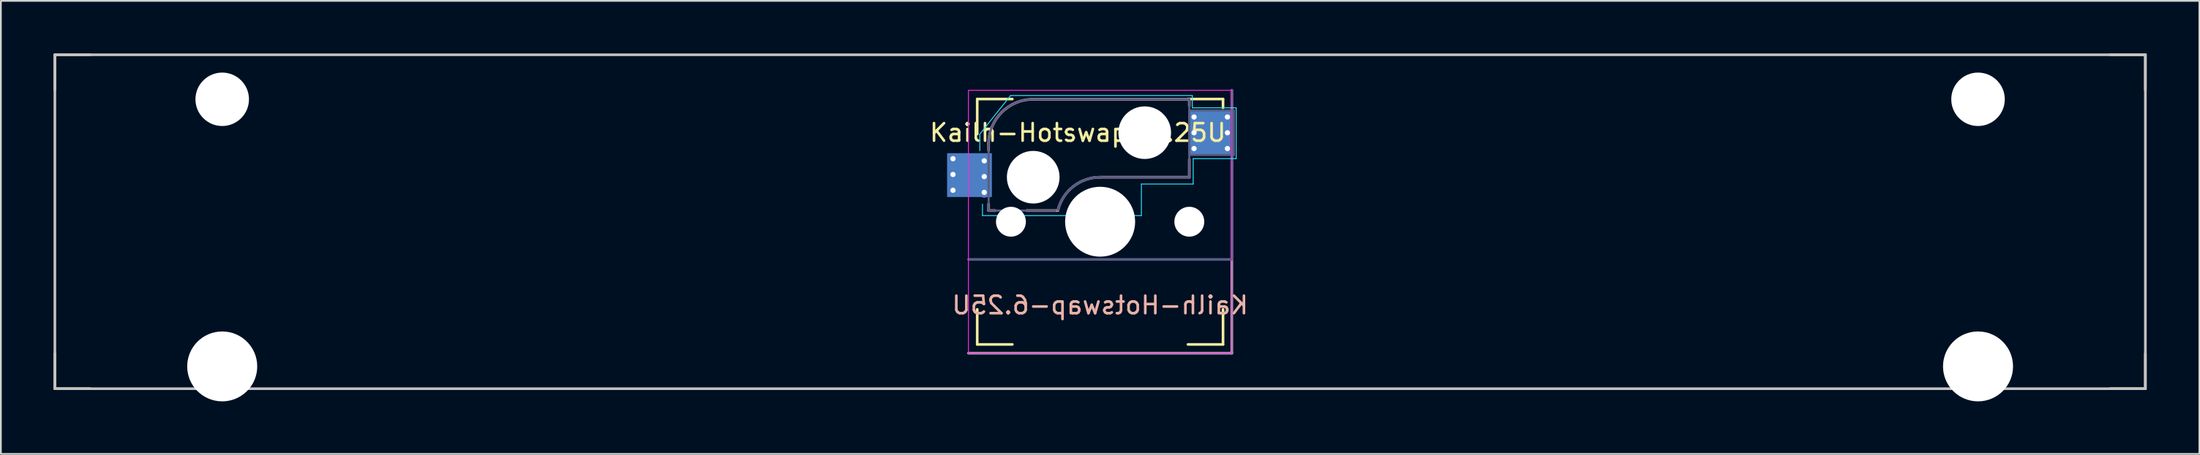
<source format=kicad_pcb>
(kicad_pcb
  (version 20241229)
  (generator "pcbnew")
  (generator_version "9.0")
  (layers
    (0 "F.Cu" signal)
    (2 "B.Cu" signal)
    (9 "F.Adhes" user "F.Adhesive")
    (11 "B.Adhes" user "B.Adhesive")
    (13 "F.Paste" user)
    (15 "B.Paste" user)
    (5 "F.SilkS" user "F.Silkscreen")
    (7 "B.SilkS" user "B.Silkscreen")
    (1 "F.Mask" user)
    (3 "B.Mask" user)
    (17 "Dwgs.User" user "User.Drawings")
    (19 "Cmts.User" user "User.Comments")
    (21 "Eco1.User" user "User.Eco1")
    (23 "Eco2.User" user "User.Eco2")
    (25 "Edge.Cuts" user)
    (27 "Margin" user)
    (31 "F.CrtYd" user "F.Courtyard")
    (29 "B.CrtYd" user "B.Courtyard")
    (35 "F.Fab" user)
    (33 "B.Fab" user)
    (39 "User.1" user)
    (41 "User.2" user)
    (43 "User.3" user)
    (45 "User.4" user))
  (footprint "Kailh-Hotswap-6.25U"
    (layer "F.Cu")
    (at 59.606 9.6)
    (property "Reference" "Kailh-Hotswap-6.25U" (at 0 4.763 0) (unlocked yes) (layer "B.SilkS") (effects (font (size 1 1) (thickness 0.15)) (justify mirror)))
    (attr smd)
    (fp_line (start -59.531 -9.525) (end -57.531 -9.525) (stroke (width 0.15) (type solid)) (layer "F.SilkS"))
    (fp_line (start -59.531 -7.525) (end -59.531 -9.525) (stroke (width 0.15) (type solid)) (layer "F.SilkS"))
    (fp_line (start -59.531 9.525) (end -59.531 7.525) (stroke (width 0.15) (type solid)) (layer "F.SilkS"))
    (fp_line (start -57.531 9.525) (end -59.531 9.525) (stroke (width 0.15) (type solid)) (layer "F.SilkS"))
    (fp_line (start -7 -7) (end -5 -7) (stroke (width 0.15) (type solid)) (layer "F.SilkS"))
    (fp_line (start -7 -5) (end -7 -7) (stroke (width 0.15) (type solid)) (layer "F.SilkS"))
    (fp_line (start -7 7) (end -7 5) (stroke (width 0.15) (type solid)) (layer "F.SilkS"))
    (fp_line (start -5 7) (end -7 7) (stroke (width 0.15) (type solid)) (layer "F.SilkS"))
    (fp_line (start 5 -7) (end 7 -7) (stroke (width 0.15) (type solid)) (layer "F.SilkS"))
    (fp_line (start 5 7) (end 7 7) (stroke (width 0.15) (type solid)) (layer "F.SilkS"))
    (fp_line (start 7 -7) (end 7 -6.5) (stroke (width 0.15) (type solid)) (layer "F.SilkS"))
    (fp_line (start 7 7) (end 7 5) (stroke (width 0.15) (type solid)) (layer "F.SilkS"))
    (fp_line (start 57.531 -9.525) (end 59.531 -9.525) (stroke (width 0.15) (type solid)) (layer "F.SilkS"))
    (fp_line (start 59.531 -9.525) (end 59.531 -7.525) (stroke (width 0.15) (type solid)) (layer "F.SilkS"))
    (fp_line (start 59.531 7.525) (end 59.531 9.525) (stroke (width 0.15) (type solid)) (layer "F.SilkS"))
    (fp_line (start 59.531 9.525) (end 57.531 9.525) (stroke (width 0.15) (type solid)) (layer "F.SilkS"))
    (fp_line (start -6.35 -4.445) (end -6.35 -4.064) (stroke (width 0.15) (type solid)) (layer "B.SilkS"))
    (fp_line (start -6.35 -1.016) (end -6.35 -0.635) (stroke (width 0.15) (type solid)) (layer "B.SilkS"))
    (fp_line (start -6.35 -0.635) (end -5.969 -0.635) (stroke (width 0.15) (type solid)) (layer "B.SilkS"))
    (fp_line (start -4.191 -0.635) (end -2.4 -0.635) (stroke (width 0.15) (type solid)) (layer "B.SilkS"))
    (fp_line (start 0 -2.54) (end 5.08 -2.54) (stroke (width 0.15) (type solid)) (layer "B.SilkS"))
    (fp_line (start 5.08 -6.985) (end -3.81 -6.985) (stroke (width 0.15) (type solid)) (layer "B.SilkS"))
    (fp_line (start 5.08 -6.604) (end 5.08 -6.985) (stroke (width 0.15) (type solid)) (layer "B.SilkS"))
    (fp_line (start 5.08 -2.54) (end 5.08 -3.556) (stroke (width 0.15) (type solid)) (layer "B.SilkS"))
    (fp_arc (start -6.35 -4.445) (mid -5.606052 -6.241052) (end -3.81 -6.985) (stroke (width 0.15) (type solid)) (layer "B.SilkS"))
    (fp_arc (start -2.399998 -0.666137) (mid -1.521828 -2.016531) (end 0.001565 -2.54) (stroke (width 0.15) (type solid)) (layer "B.SilkS"))
    (fp_line (start -59.531 -9.525) (end 59.531 -9.525) (stroke (width 0.15) (type solid)) (layer "Dwgs.User"))
    (fp_line (start -59.531 9.525) (end -59.531 -9.525) (stroke (width 0.15) (type solid)) (layer "Dwgs.User"))
    (fp_line (start -59.531 9.525) (end 59.531 9.525) (stroke (width 0.15) (type solid)) (layer "Dwgs.User"))
    (fp_line (start 59.531 -9.525) (end 59.531 9.525) (stroke (width 0.15) (type solid)) (layer "Dwgs.User"))
    (fp_line (start -6.85 -4.05) (end -6.85 -5) (stroke (width 0.05) (type solid)) (layer "B.CrtYd"))
    (fp_line (start -6.7 -0.35) (end -6.7 -1) (stroke (width 0.05) (type solid)) (layer "B.CrtYd"))
    (fp_line (start -6.7 -0.35) (end 2.35 -0.35) (stroke (width 0.05) (type solid)) (layer "B.CrtYd"))
    (fp_line (start -5.1 -7.2) (end -6.85 -5) (stroke (width 0.05) (type solid)) (layer "B.CrtYd"))
    (fp_line (start -5.1 -7.2) (end 5.25 -7.2) (stroke (width 0.05) (type solid)) (layer "B.CrtYd"))
    (fp_line (start 2.35 -2.15) (end 2.35 -0.35) (stroke (width 0.05) (type solid)) (layer "B.CrtYd"))
    (fp_line (start 2.35 -2.15) (end 5.3 -2.15) (stroke (width 0.05) (type solid)) (layer "B.CrtYd"))
    (fp_line (start 5.25 -7.2) (end 5.25 -6.5) (stroke (width 0.05) (type solid)) (layer "B.CrtYd"))
    (fp_line (start 5.3 -2.15) (end 5.3 -3.6) (stroke (width 0.05) (type solid)) (layer "B.CrtYd"))
    (fp_line (start 7.75 -6.5) (end 5.25 -6.5) (stroke (width 0.05) (type solid)) (layer "B.CrtYd"))
    (fp_line (start 7.75 -6.5) (end 7.75 -3.6) (stroke (width 0.05) (type solid)) (layer "B.CrtYd"))
    (fp_line (start 7.75 -3.6) (end 5.3 -3.6) (stroke (width 0.05) (type solid)) (layer "B.CrtYd"))
    (fp_line (start -7.5 -7.5) (end 7.5 -7.5) (stroke (width 0.05) (type solid)) (layer "F.CrtYd"))
    (fp_line (start -7.5 7.5) (end -7.5 -7.5) (stroke (width 0.05) (type solid)) (layer "F.CrtYd"))
    (fp_line (start -7.5 7.5) (end 7.5 7.5) (stroke (width 0.05) (type solid)) (layer "F.CrtYd"))
    (fp_line (start 7.5 -7.5) (end 7.5 7.5) (stroke (width 0.05) (type solid)) (layer "F.CrtYd"))
    (fp_line (start -7.5 2.15) (end 7.5 2.15) (stroke (width 0.15) (type solid)) (layer "B.Fab"))
    (fp_line (start -6.35 -0.635) (end -6.35 -4.445) (stroke (width 0.12) (type solid)) (layer "B.Fab"))
    (fp_line (start -3.81 -6.985) (end 5.08 -6.985) (stroke (width 0.12) (type solid)) (layer "B.Fab"))
    (fp_line (start -2.54 -0.635) (end -6.35 -0.635) (stroke (width 0.12) (type solid)) (layer "B.Fab"))
    (fp_line (start 5.08 -6.985) (end 5.08 -2.54) (stroke (width 0.12) (type solid)) (layer "B.Fab"))
    (fp_line (start 5.08 -6.35) (end 7.62 -6.35) (stroke (width 0.12) (type solid)) (layer "B.Fab"))
    (fp_line (start 5.08 -2.54) (end 0 -2.54) (stroke (width 0.12) (type solid)) (layer "B.Fab"))
    (fp_line (start 7.5 2.15) (end 7.5 -7.5) (stroke (width 0.15) (type solid)) (layer "B.Fab"))
    (fp_line (start 7.62 -6.35) (end 7.62 -3.81) (stroke (width 0.12) (type solid)) (layer "B.Fab"))
    (fp_line (start 7.62 -3.81) (end 5.08 -3.81) (stroke (width 0.12) (type solid)) (layer "B.Fab"))
    (fp_arc (start -6.35 -4.445) (mid -5.606052 -6.241052) (end -3.81 -6.985) (stroke (width 0.12) (type solid)) (layer "B.Fab"))
    (fp_arc (start -2.401563 -0.666137) (mid -1.523393 -2.016531) (end 0 -2.54) (stroke (width 0.15) (type solid)) (layer "B.Fab"))
    (fp_line (start -7.5 7.5) (end 7.5 7.5) (stroke (width 0.15) (type solid)) (layer "F.Fab"))
    (fp_line (start 7.5 7.5) (end 7.5 -7.5) (stroke (width 0.15) (type solid)) (layer "F.Fab"))
    (fp_text user "${REFERENCE}" (at -1.27 -5.08 180) (layer "F.SilkS") (effects (font (size 1 1) (thickness 0.15))))
    (pad "" np_thru_hole circle (at -50 -6.985) (size 3.048 3.048) (drill 3.048) (layers "*.Cu" "*.Mask"))
    (pad "" np_thru_hole circle (at -50 8.255) (size 3.988 3.988) (drill 3.988) (layers "*.Cu" "*.Mask"))
    (pad "" np_thru_hole circle (at -5.08 0 180) (size 1.702 1.702) (drill 1.702) (layers "*.Cu" "*.Mask"))
    (pad "" np_thru_hole circle (at -3.81 -2.54 180) (size 3 3) (drill 3) (layers "*.Cu" "*.Mask"))
    (pad "" np_thru_hole circle (at 0 0 90) (size 3.988 3.988) (drill 3.988) (layers "*.Cu" "*.Mask"))
    (pad "" np_thru_hole circle (at 2.54 -5.08 180) (size 3 3) (drill 3) (layers "*.Cu" "*.Mask"))
    (pad "" np_thru_hole circle (at 5.08 0 180) (size 1.702 1.702) (drill 1.702) (layers "*.Cu" "*.Mask"))
    (pad "" np_thru_hole circle (at 50 -6.985) (size 3.048 3.048) (drill 3.048) (layers "*.Cu" "*.Mask"))
    (pad "" np_thru_hole circle (at 50 8.255) (size 3.988 3.988) (drill 3.988) (layers "*.Cu" "*.Mask"))
    (pad "1" thru_hole circle (at 5.35 -5.975 180) (size 0.6 0.6) (drill 0.3) (layers "*.Cu" "B.Mask"))
    (pad "1" thru_hole circle (at 5.35 -5.075 180) (size 0.6 0.6) (drill 0.3) (layers "*.Cu" "B.Mask"))
    (pad "1" thru_hole circle (at 5.35 -4.175 180) (size 0.6 0.6) (drill 0.3) (layers "*.Cu" "B.Mask"))
    (pad "1" smd rect (at 6.29 -5.08 180) (size 2.55 2.5) (layers "B.Cu" "B.Mask" "B.Paste"))
    (pad "1" thru_hole circle (at 7.25 -5.975 180) (size 0.6 0.6) (drill 0.3) (layers "*.Cu" "B.Mask"))
    (pad "1" thru_hole circle (at 7.25 -5.075 180) (size 0.6 0.6) (drill 0.3) (layers "*.Cu" "B.Mask"))
    (pad "1" thru_hole circle (at 7.25 -4.175 180) (size 0.6 0.6) (drill 0.3) (layers "*.Cu" "B.Mask"))
    (pad "2" thru_hole circle (at -8.38 -3.595 180) (size 0.6 0.6) (drill 0.3) (layers "*.Cu" "B.Mask"))
    (pad "2" thru_hole circle (at -8.38 -2.695 180) (size 0.6 0.6) (drill 0.3) (layers "*.Cu" "B.Mask"))
    (pad "2" thru_hole circle (at -8.38 -1.795 180) (size 0.6 0.6) (drill 0.3) (layers "*.Cu" "B.Mask"))
    (pad "2" smd rect (at -7.44 -2.66 180) (size 2.55 2.5) (layers "B.Cu" "B.Mask" "B.Paste"))
    (pad "2" thru_hole circle (at -6.6 -3.475 180) (size 0.6 0.6) (drill 0.3) (layers "*.Cu" "B.Mask"))
    (pad "2" thru_hole circle (at -6.6 -2.575 180) (size 0.6 0.6) (drill 0.3) (layers "*.Cu" "B.Mask"))
    (pad "2" thru_hole circle (at -6.6 -1.675 180) (size 0.6 0.6) (drill 0.3) (layers "*.Cu" "B.Mask")))
  (gr_rect
    (start -3 -3)
    (end 122.213 22.849)
    (stroke (width 0.1) (type default))
    (fill no)
    (layer "Edge.Cuts")))
</source>
